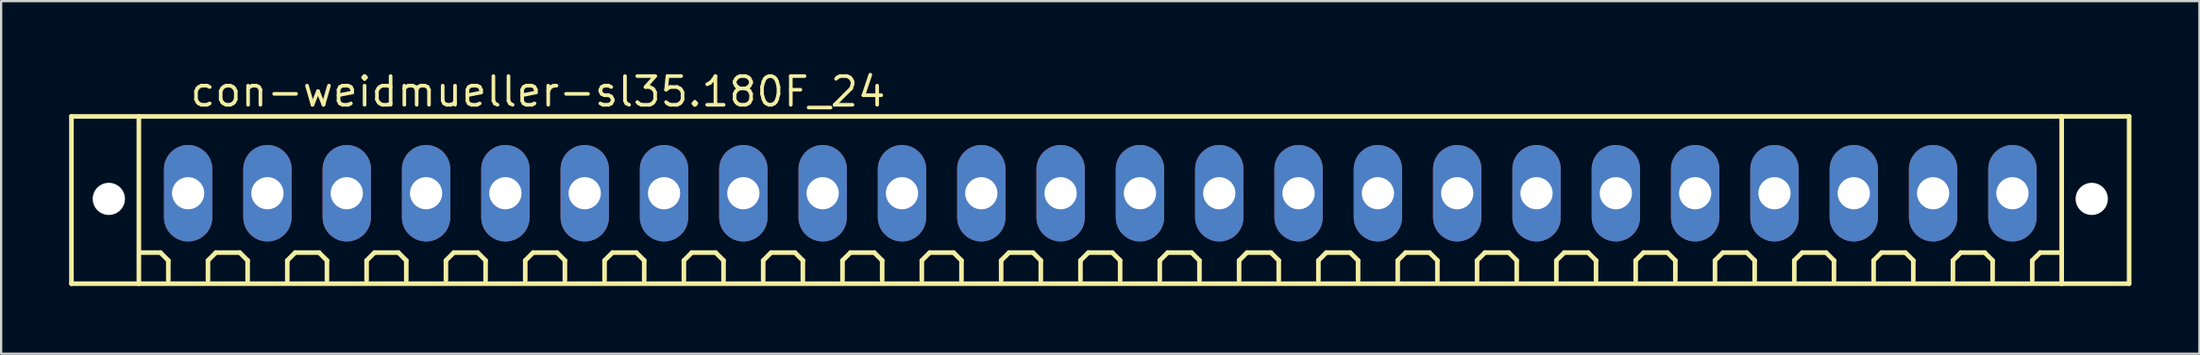
<source format=kicad_pcb>
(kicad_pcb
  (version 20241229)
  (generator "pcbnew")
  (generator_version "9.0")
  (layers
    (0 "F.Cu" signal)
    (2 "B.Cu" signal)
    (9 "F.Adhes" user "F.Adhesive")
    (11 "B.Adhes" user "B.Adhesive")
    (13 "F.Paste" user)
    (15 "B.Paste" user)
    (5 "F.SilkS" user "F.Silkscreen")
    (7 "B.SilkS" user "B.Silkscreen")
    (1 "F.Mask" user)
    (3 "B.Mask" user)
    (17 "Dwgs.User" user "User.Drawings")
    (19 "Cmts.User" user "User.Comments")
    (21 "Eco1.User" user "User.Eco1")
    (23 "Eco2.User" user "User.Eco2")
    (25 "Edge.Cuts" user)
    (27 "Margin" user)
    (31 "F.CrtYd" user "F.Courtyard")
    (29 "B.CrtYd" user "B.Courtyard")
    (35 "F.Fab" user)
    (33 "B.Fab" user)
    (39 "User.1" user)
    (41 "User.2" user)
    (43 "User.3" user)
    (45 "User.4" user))
  (footprint "con-weidmueller-sl35.180F_24"
    (layer "F.Cu")
    (at 45.502 5.5)
    (property "Reference" "con-weidmueller-sl35.180F_24" (at -40.25 -3.75 0) (layer "F.SilkS") (effects (font (size 1.27 1.27) (thickness 0.16)) (justify left bottom)))
    (attr through_hole)
    (fp_line (start -45.4 -3.4) (end 42.425 -3.4) (stroke (width 0.203) (type default)) (layer "F.SilkS"))
    (fp_line (start -45.4 4) (end -45.4 -3.4) (stroke (width 0.203) (type default)) (layer "F.SilkS"))
    (fp_line (start -42.425 4) (end -45.4 4) (stroke (width 0.203) (type default)) (layer "F.SilkS"))
    (fp_line (start -42.425 4) (end -42.425 -3.4) (stroke (width 0.203) (type default)) (layer "F.SilkS"))
    (fp_line (start -41.475 2.625) (end -42.35 2.625) (stroke (width 0.203) (type default)) (layer "F.SilkS"))
    (fp_line (start -41.125 2.975) (end -41.475 2.625) (stroke (width 0.203) (type default)) (layer "F.SilkS"))
    (fp_line (start -41.125 3.85) (end -41.125 2.975) (stroke (width 0.203) (type default)) (layer "F.SilkS"))
    (fp_line (start -39.375 2.975) (end -39.025 2.625) (stroke (width 0.203) (type default)) (layer "F.SilkS"))
    (fp_line (start -39.375 3.85) (end -39.375 2.975) (stroke (width 0.203) (type default)) (layer "F.SilkS"))
    (fp_line (start -39.025 2.625) (end -37.975 2.625) (stroke (width 0.203) (type default)) (layer "F.SilkS"))
    (fp_line (start -37.975 2.625) (end -37.625 2.975) (stroke (width 0.203) (type default)) (layer "F.SilkS"))
    (fp_line (start -37.625 2.975) (end -37.625 3.85) (stroke (width 0.203) (type default)) (layer "F.SilkS"))
    (fp_line (start -35.875 2.975) (end -35.525 2.625) (stroke (width 0.203) (type default)) (layer "F.SilkS"))
    (fp_line (start -35.875 3.85) (end -35.875 2.975) (stroke (width 0.203) (type default)) (layer "F.SilkS"))
    (fp_line (start -35.525 2.625) (end -34.475 2.625) (stroke (width 0.203) (type default)) (layer "F.SilkS"))
    (fp_line (start -34.475 2.625) (end -34.125 2.975) (stroke (width 0.203) (type default)) (layer "F.SilkS"))
    (fp_line (start -34.125 2.975) (end -34.125 3.85) (stroke (width 0.203) (type default)) (layer "F.SilkS"))
    (fp_line (start -32.375 2.975) (end -32.025 2.625) (stroke (width 0.203) (type default)) (layer "F.SilkS"))
    (fp_line (start -32.375 3.85) (end -32.375 2.975) (stroke (width 0.203) (type default)) (layer "F.SilkS"))
    (fp_line (start -32.025 2.625) (end -30.975 2.625) (stroke (width 0.203) (type default)) (layer "F.SilkS"))
    (fp_line (start -30.975 2.625) (end -30.625 2.975) (stroke (width 0.203) (type default)) (layer "F.SilkS"))
    (fp_line (start -30.625 2.975) (end -30.625 3.85) (stroke (width 0.203) (type default)) (layer "F.SilkS"))
    (fp_line (start -28.875 2.975) (end -28.525 2.625) (stroke (width 0.203) (type default)) (layer "F.SilkS"))
    (fp_line (start -28.875 3.85) (end -28.875 2.975) (stroke (width 0.203) (type default)) (layer "F.SilkS"))
    (fp_line (start -28.525 2.625) (end -27.475 2.625) (stroke (width 0.203) (type default)) (layer "F.SilkS"))
    (fp_line (start -27.475 2.625) (end -27.125 2.975) (stroke (width 0.203) (type default)) (layer "F.SilkS"))
    (fp_line (start -27.125 2.975) (end -27.125 3.85) (stroke (width 0.203) (type default)) (layer "F.SilkS"))
    (fp_line (start -25.375 2.975) (end -25.025 2.625) (stroke (width 0.203) (type default)) (layer "F.SilkS"))
    (fp_line (start -25.375 3.85) (end -25.375 2.975) (stroke (width 0.203) (type default)) (layer "F.SilkS"))
    (fp_line (start -25.025 2.625) (end -23.975 2.625) (stroke (width 0.203) (type default)) (layer "F.SilkS"))
    (fp_line (start -23.975 2.625) (end -23.625 2.975) (stroke (width 0.203) (type default)) (layer "F.SilkS"))
    (fp_line (start -23.625 2.975) (end -23.625 3.85) (stroke (width 0.203) (type default)) (layer "F.SilkS"))
    (fp_line (start -21.875 2.975) (end -21.525 2.625) (stroke (width 0.203) (type default)) (layer "F.SilkS"))
    (fp_line (start -21.875 3.85) (end -21.875 2.975) (stroke (width 0.203) (type default)) (layer "F.SilkS"))
    (fp_line (start -21.525 2.625) (end -20.475 2.625) (stroke (width 0.203) (type default)) (layer "F.SilkS"))
    (fp_line (start -20.475 2.625) (end -20.125 2.975) (stroke (width 0.203) (type default)) (layer "F.SilkS"))
    (fp_line (start -20.125 2.975) (end -20.125 3.85) (stroke (width 0.203) (type default)) (layer "F.SilkS"))
    (fp_line (start -18.375 2.975) (end -18.025 2.625) (stroke (width 0.203) (type default)) (layer "F.SilkS"))
    (fp_line (start -18.375 3.85) (end -18.375 2.975) (stroke (width 0.203) (type default)) (layer "F.SilkS"))
    (fp_line (start -18.025 2.625) (end -16.975 2.625) (stroke (width 0.203) (type default)) (layer "F.SilkS"))
    (fp_line (start -16.975 2.625) (end -16.625 2.975) (stroke (width 0.203) (type default)) (layer "F.SilkS"))
    (fp_line (start -16.625 2.975) (end -16.625 3.85) (stroke (width 0.203) (type default)) (layer "F.SilkS"))
    (fp_line (start -14.875 2.975) (end -14.525 2.625) (stroke (width 0.203) (type default)) (layer "F.SilkS"))
    (fp_line (start -14.875 3.85) (end -14.875 2.975) (stroke (width 0.203) (type default)) (layer "F.SilkS"))
    (fp_line (start -14.525 2.625) (end -13.475 2.625) (stroke (width 0.203) (type default)) (layer "F.SilkS"))
    (fp_line (start -13.475 2.625) (end -13.125 2.975) (stroke (width 0.203) (type default)) (layer "F.SilkS"))
    (fp_line (start -13.125 2.975) (end -13.125 3.85) (stroke (width 0.203) (type default)) (layer "F.SilkS"))
    (fp_line (start -11.375 2.975) (end -11.025 2.625) (stroke (width 0.203) (type default)) (layer "F.SilkS"))
    (fp_line (start -11.375 3.85) (end -11.375 2.975) (stroke (width 0.203) (type default)) (layer "F.SilkS"))
    (fp_line (start -11.025 2.625) (end -9.975 2.625) (stroke (width 0.203) (type default)) (layer "F.SilkS"))
    (fp_line (start -9.975 2.625) (end -9.625 2.975) (stroke (width 0.203) (type default)) (layer "F.SilkS"))
    (fp_line (start -9.625 2.975) (end -9.625 3.85) (stroke (width 0.203) (type default)) (layer "F.SilkS"))
    (fp_line (start -7.875 2.975) (end -7.525 2.625) (stroke (width 0.203) (type default)) (layer "F.SilkS"))
    (fp_line (start -7.875 3.85) (end -7.875 2.975) (stroke (width 0.203) (type default)) (layer "F.SilkS"))
    (fp_line (start -7.525 2.625) (end -6.475 2.625) (stroke (width 0.203) (type default)) (layer "F.SilkS"))
    (fp_line (start -6.475 2.625) (end -6.125 2.975) (stroke (width 0.203) (type default)) (layer "F.SilkS"))
    (fp_line (start -6.125 2.975) (end -6.125 3.85) (stroke (width 0.203) (type default)) (layer "F.SilkS"))
    (fp_line (start -4.375 2.975) (end -4.025 2.625) (stroke (width 0.203) (type default)) (layer "F.SilkS"))
    (fp_line (start -4.375 3.85) (end -4.375 2.975) (stroke (width 0.203) (type default)) (layer "F.SilkS"))
    (fp_line (start -4.025 2.625) (end -2.975 2.625) (stroke (width 0.203) (type default)) (layer "F.SilkS"))
    (fp_line (start -2.975 2.625) (end -2.625 2.975) (stroke (width 0.203) (type default)) (layer "F.SilkS"))
    (fp_line (start -2.625 2.975) (end -2.625 3.85) (stroke (width 0.203) (type default)) (layer "F.SilkS"))
    (fp_line (start -0.875 2.975) (end -0.525 2.625) (stroke (width 0.203) (type default)) (layer "F.SilkS"))
    (fp_line (start -0.875 3.85) (end -0.875 2.975) (stroke (width 0.203) (type default)) (layer "F.SilkS"))
    (fp_line (start -0.525 2.625) (end 0.525 2.625) (stroke (width 0.203) (type default)) (layer "F.SilkS"))
    (fp_line (start 0.525 2.625) (end 0.875 2.975) (stroke (width 0.203) (type default)) (layer "F.SilkS"))
    (fp_line (start 0.875 2.975) (end 0.875 3.85) (stroke (width 0.203) (type default)) (layer "F.SilkS"))
    (fp_line (start 2.625 2.975) (end 2.975 2.625) (stroke (width 0.203) (type default)) (layer "F.SilkS"))
    (fp_line (start 2.625 3.85) (end 2.625 2.975) (stroke (width 0.203) (type default)) (layer "F.SilkS"))
    (fp_line (start 2.975 2.625) (end 4.025 2.625) (stroke (width 0.203) (type default)) (layer "F.SilkS"))
    (fp_line (start 4.025 2.625) (end 4.375 2.975) (stroke (width 0.203) (type default)) (layer "F.SilkS"))
    (fp_line (start 4.375 2.975) (end 4.375 3.85) (stroke (width 0.203) (type default)) (layer "F.SilkS"))
    (fp_line (start 6.125 2.975) (end 6.475 2.625) (stroke (width 0.203) (type default)) (layer "F.SilkS"))
    (fp_line (start 6.125 3.85) (end 6.125 2.975) (stroke (width 0.203) (type default)) (layer "F.SilkS"))
    (fp_line (start 6.475 2.625) (end 7.525 2.625) (stroke (width 0.203) (type default)) (layer "F.SilkS"))
    (fp_line (start 7.525 2.625) (end 7.875 2.975) (stroke (width 0.203) (type default)) (layer "F.SilkS"))
    (fp_line (start 7.875 2.975) (end 7.875 3.85) (stroke (width 0.203) (type default)) (layer "F.SilkS"))
    (fp_line (start 9.625 2.975) (end 9.975 2.625) (stroke (width 0.203) (type default)) (layer "F.SilkS"))
    (fp_line (start 9.625 3.85) (end 9.625 2.975) (stroke (width 0.203) (type default)) (layer "F.SilkS"))
    (fp_line (start 9.975 2.625) (end 11.025 2.625) (stroke (width 0.203) (type default)) (layer "F.SilkS"))
    (fp_line (start 11.025 2.625) (end 11.375 2.975) (stroke (width 0.203) (type default)) (layer "F.SilkS"))
    (fp_line (start 11.375 2.975) (end 11.375 3.85) (stroke (width 0.203) (type default)) (layer "F.SilkS"))
    (fp_line (start 13.125 2.975) (end 13.475 2.625) (stroke (width 0.203) (type default)) (layer "F.SilkS"))
    (fp_line (start 13.125 3.85) (end 13.125 2.975) (stroke (width 0.203) (type default)) (layer "F.SilkS"))
    (fp_line (start 13.475 2.625) (end 14.525 2.625) (stroke (width 0.203) (type default)) (layer "F.SilkS"))
    (fp_line (start 14.525 2.625) (end 14.875 2.975) (stroke (width 0.203) (type default)) (layer "F.SilkS"))
    (fp_line (start 14.875 2.975) (end 14.875 3.85) (stroke (width 0.203) (type default)) (layer "F.SilkS"))
    (fp_line (start 16.625 2.975) (end 16.975 2.625) (stroke (width 0.203) (type default)) (layer "F.SilkS"))
    (fp_line (start 16.625 3.85) (end 16.625 2.975) (stroke (width 0.203) (type default)) (layer "F.SilkS"))
    (fp_line (start 16.975 2.625) (end 18.025 2.625) (stroke (width 0.203) (type default)) (layer "F.SilkS"))
    (fp_line (start 18.025 2.625) (end 18.375 2.975) (stroke (width 0.203) (type default)) (layer "F.SilkS"))
    (fp_line (start 18.375 2.975) (end 18.375 3.85) (stroke (width 0.203) (type default)) (layer "F.SilkS"))
    (fp_line (start 20.125 2.975) (end 20.475 2.625) (stroke (width 0.203) (type default)) (layer "F.SilkS"))
    (fp_line (start 20.125 3.85) (end 20.125 2.975) (stroke (width 0.203) (type default)) (layer "F.SilkS"))
    (fp_line (start 20.475 2.625) (end 21.525 2.625) (stroke (width 0.203) (type default)) (layer "F.SilkS"))
    (fp_line (start 21.525 2.625) (end 21.875 2.975) (stroke (width 0.203) (type default)) (layer "F.SilkS"))
    (fp_line (start 21.875 2.975) (end 21.875 3.85) (stroke (width 0.203) (type default)) (layer "F.SilkS"))
    (fp_line (start 23.625 2.975) (end 23.975 2.625) (stroke (width 0.203) (type default)) (layer "F.SilkS"))
    (fp_line (start 23.625 3.85) (end 23.625 2.975) (stroke (width 0.203) (type default)) (layer "F.SilkS"))
    (fp_line (start 23.975 2.625) (end 25.025 2.625) (stroke (width 0.203) (type default)) (layer "F.SilkS"))
    (fp_line (start 25.025 2.625) (end 25.375 2.975) (stroke (width 0.203) (type default)) (layer "F.SilkS"))
    (fp_line (start 25.375 2.975) (end 25.375 3.85) (stroke (width 0.203) (type default)) (layer "F.SilkS"))
    (fp_line (start 27.125 2.975) (end 27.475 2.625) (stroke (width 0.203) (type default)) (layer "F.SilkS"))
    (fp_line (start 27.125 3.85) (end 27.125 2.975) (stroke (width 0.203) (type default)) (layer "F.SilkS"))
    (fp_line (start 27.475 2.625) (end 28.525 2.625) (stroke (width 0.203) (type default)) (layer "F.SilkS"))
    (fp_line (start 28.525 2.625) (end 28.875 2.975) (stroke (width 0.203) (type default)) (layer "F.SilkS"))
    (fp_line (start 28.875 2.975) (end 28.875 3.85) (stroke (width 0.203) (type default)) (layer "F.SilkS"))
    (fp_line (start 30.625 2.975) (end 30.975 2.625) (stroke (width 0.203) (type default)) (layer "F.SilkS"))
    (fp_line (start 30.625 3.85) (end 30.625 2.975) (stroke (width 0.203) (type default)) (layer "F.SilkS"))
    (fp_line (start 30.975 2.625) (end 32.025 2.625) (stroke (width 0.203) (type default)) (layer "F.SilkS"))
    (fp_line (start 32.025 2.625) (end 32.375 2.975) (stroke (width 0.203) (type default)) (layer "F.SilkS"))
    (fp_line (start 32.375 2.975) (end 32.375 3.85) (stroke (width 0.203) (type default)) (layer "F.SilkS"))
    (fp_line (start 34.125 2.975) (end 34.475 2.625) (stroke (width 0.203) (type default)) (layer "F.SilkS"))
    (fp_line (start 34.125 3.85) (end 34.125 2.975) (stroke (width 0.203) (type default)) (layer "F.SilkS"))
    (fp_line (start 34.475 2.625) (end 35.525 2.625) (stroke (width 0.203) (type default)) (layer "F.SilkS"))
    (fp_line (start 35.525 2.625) (end 35.875 2.975) (stroke (width 0.203) (type default)) (layer "F.SilkS"))
    (fp_line (start 35.875 2.975) (end 35.875 3.85) (stroke (width 0.203) (type default)) (layer "F.SilkS"))
    (fp_line (start 37.625 2.975) (end 37.975 2.625) (stroke (width 0.203) (type default)) (layer "F.SilkS"))
    (fp_line (start 37.625 3.85) (end 37.625 2.975) (stroke (width 0.203) (type default)) (layer "F.SilkS"))
    (fp_line (start 37.975 2.625) (end 39.025 2.625) (stroke (width 0.203) (type default)) (layer "F.SilkS"))
    (fp_line (start 39.025 2.625) (end 39.375 2.975) (stroke (width 0.203) (type default)) (layer "F.SilkS"))
    (fp_line (start 39.375 2.975) (end 39.375 3.85) (stroke (width 0.203) (type default)) (layer "F.SilkS"))
    (fp_line (start 41.125 2.975) (end 41.475 2.625) (stroke (width 0.203) (type default)) (layer "F.SilkS"))
    (fp_line (start 41.125 3.85) (end 41.125 2.975) (stroke (width 0.203) (type default)) (layer "F.SilkS"))
    (fp_line (start 41.475 2.625) (end 42.35 2.625) (stroke (width 0.203) (type default)) (layer "F.SilkS"))
    (fp_line (start 42.425 -3.4) (end 42.425 4) (stroke (width 0.203) (type default)) (layer "F.SilkS"))
    (fp_line (start 42.425 -3.4) (end 45.4 -3.4) (stroke (width 0.203) (type default)) (layer "F.SilkS"))
    (fp_line (start 42.425 4) (end -42.425 4) (stroke (width 0.203) (type default)) (layer "F.SilkS"))
    (fp_line (start 45.4 -3.4) (end 45.4 4) (stroke (width 0.203) (type default)) (layer "F.SilkS"))
    (fp_line (start 45.4 4) (end 42.425 4) (stroke (width 0.203) (type default)) (layer "F.SilkS"))
    (pad "" np_thru_hole circle (at -43.75 0.25) (size 1.422 1.422) (drill 1.422) (layers "*.Cu" "*.Mask"))
    (pad "" np_thru_hole circle (at 43.75 0.25) (size 1.422 1.422) (drill 1.422) (layers "*.Cu" "*.Mask"))
    (pad "1" thru_hole oval (at -40.25 0 90) (size 4.267 2.134) (drill 1.422) (layers "*.Cu" "*.Mask"))
    (pad "2" thru_hole oval (at -36.75 0 90) (size 4.267 2.134) (drill 1.422) (layers "*.Cu" "*.Mask"))
    (pad "3" thru_hole oval (at -33.25 0 90) (size 4.267 2.134) (drill 1.422) (layers "*.Cu" "*.Mask"))
    (pad "4" thru_hole oval (at -29.75 0 90) (size 4.267 2.134) (drill 1.422) (layers "*.Cu" "*.Mask"))
    (pad "5" thru_hole oval (at -26.25 0 90) (size 4.267 2.134) (drill 1.422) (layers "*.Cu" "*.Mask"))
    (pad "6" thru_hole oval (at -22.75 0 90) (size 4.267 2.134) (drill 1.422) (layers "*.Cu" "*.Mask"))
    (pad "7" thru_hole oval (at -19.25 0 90) (size 4.267 2.134) (drill 1.422) (layers "*.Cu" "*.Mask"))
    (pad "8" thru_hole oval (at -15.75 0 90) (size 4.267 2.134) (drill 1.422) (layers "*.Cu" "*.Mask"))
    (pad "9" thru_hole oval (at -12.25 0 90) (size 4.267 2.134) (drill 1.422) (layers "*.Cu" "*.Mask"))
    (pad "10" thru_hole oval (at -8.75 0 90) (size 4.267 2.134) (drill 1.422) (layers "*.Cu" "*.Mask"))
    (pad "11" thru_hole oval (at -5.25 0 90) (size 4.267 2.134) (drill 1.422) (layers "*.Cu" "*.Mask"))
    (pad "12" thru_hole oval (at -1.75 0 90) (size 4.267 2.134) (drill 1.422) (layers "*.Cu" "*.Mask"))
    (pad "13" thru_hole oval (at 1.75 0 90) (size 4.267 2.134) (drill 1.422) (layers "*.Cu" "*.Mask"))
    (pad "14" thru_hole oval (at 5.25 0 90) (size 4.267 2.134) (drill 1.422) (layers "*.Cu" "*.Mask"))
    (pad "15" thru_hole oval (at 8.75 0 90) (size 4.267 2.134) (drill 1.422) (layers "*.Cu" "*.Mask"))
    (pad "16" thru_hole oval (at 12.25 0 90) (size 4.267 2.134) (drill 1.422) (layers "*.Cu" "*.Mask"))
    (pad "17" thru_hole oval (at 15.75 0 90) (size 4.267 2.134) (drill 1.422) (layers "*.Cu" "*.Mask"))
    (pad "18" thru_hole oval (at 19.25 0 90) (size 4.267 2.134) (drill 1.422) (layers "*.Cu" "*.Mask"))
    (pad "19" thru_hole oval (at 22.75 0 90) (size 4.267 2.134) (drill 1.422) (layers "*.Cu" "*.Mask"))
    (pad "20" thru_hole oval (at 26.25 0 90) (size 4.267 2.134) (drill 1.422) (layers "*.Cu" "*.Mask"))
    (pad "21" thru_hole oval (at 29.75 0 90) (size 4.267 2.134) (drill 1.422) (layers "*.Cu" "*.Mask"))
    (pad "22" thru_hole oval (at 33.25 0 90) (size 4.267 2.134) (drill 1.422) (layers "*.Cu" "*.Mask"))
    (pad "23" thru_hole oval (at 36.75 0 90) (size 4.267 2.134) (drill 1.422) (layers "*.Cu" "*.Mask"))
    (pad "24" thru_hole oval (at 40.25 0 90) (size 4.267 2.134) (drill 1.422) (layers "*.Cu" "*.Mask")))
  (gr_rect
    (start -3 -3)
    (end 94.003 12.602)
    (stroke (width 0.1) (type default))
    (fill no)
    (layer "Edge.Cuts")))
</source>
